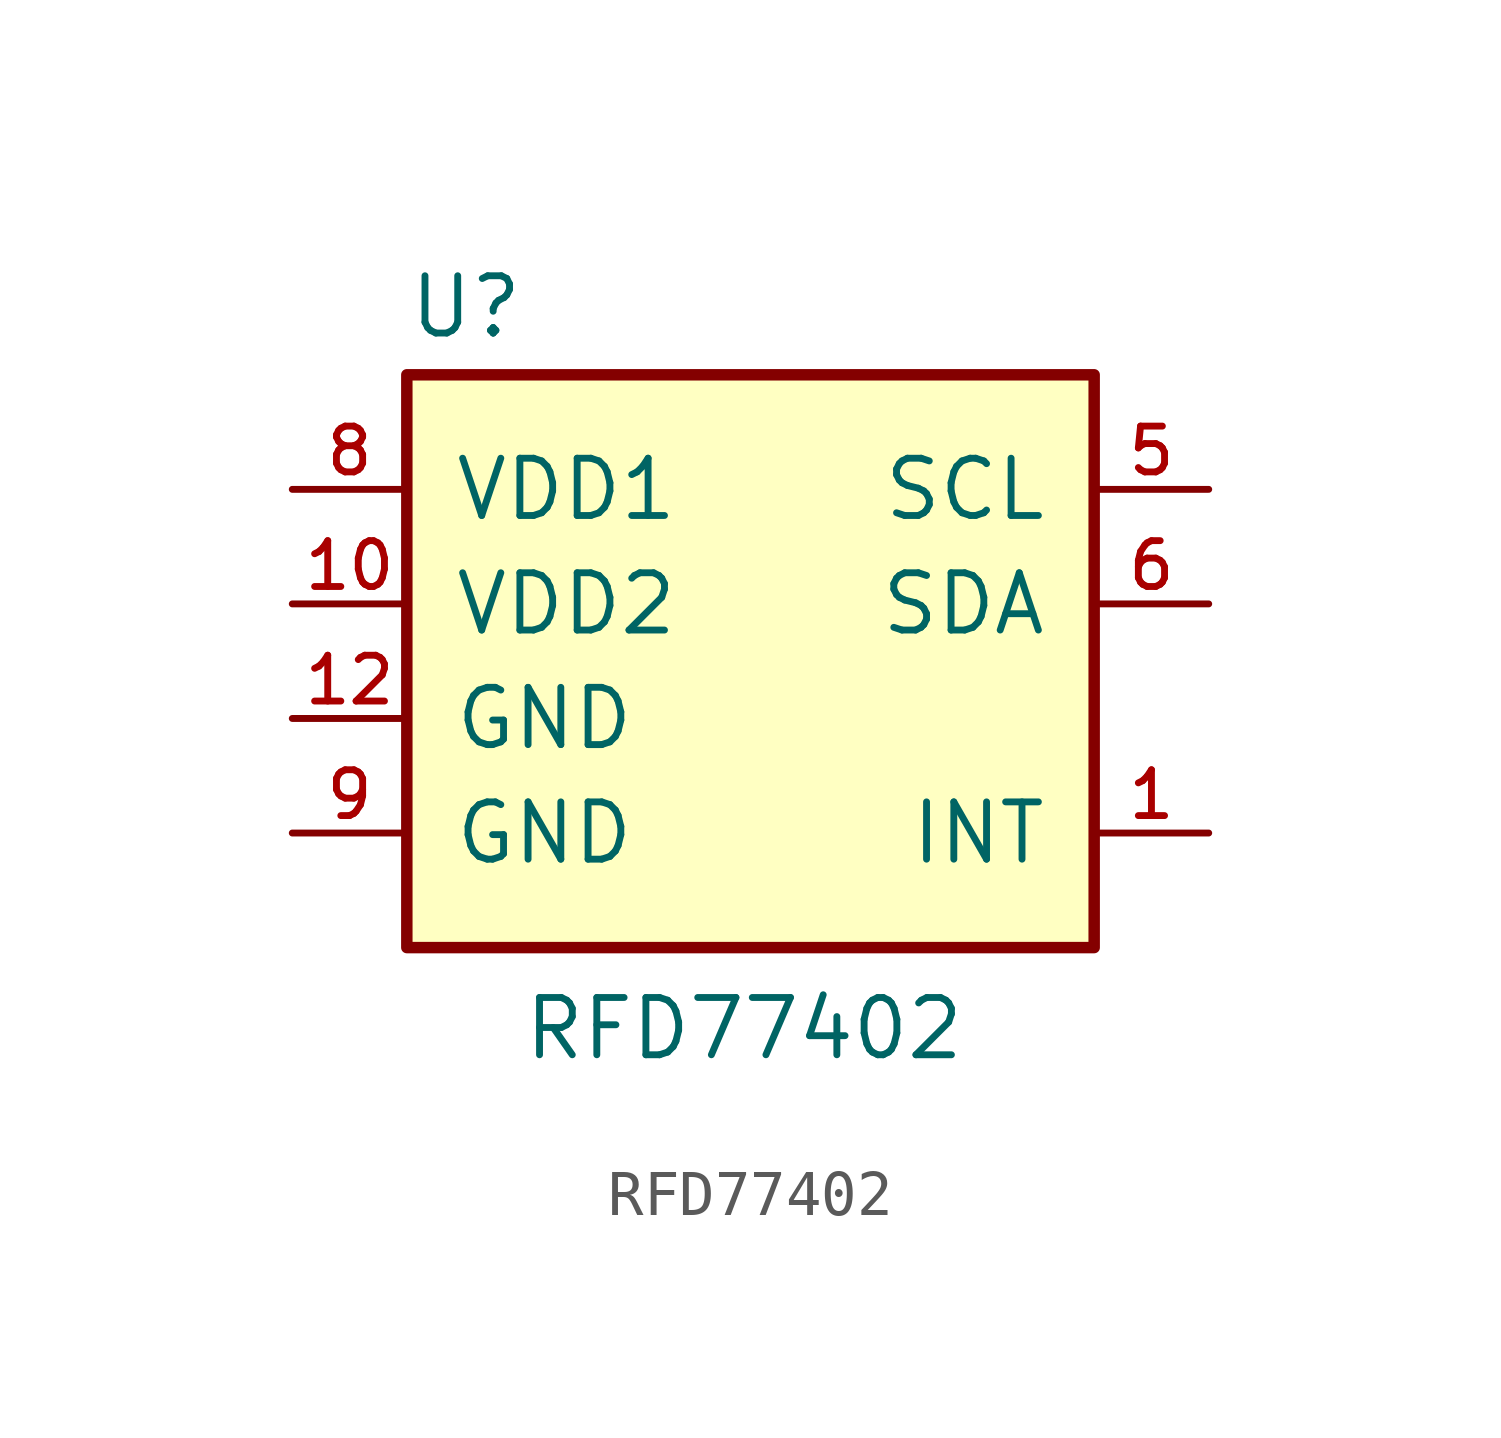
<source format=kicad_sym>
(kicad_symbol_lib
  (version 20220914)
  (generator kicad_symbol_editor)
  (symbol "RFD77402"
    (pin_names
      (offset 1.016))
    (property "Reference" "U"
      (at -7.62 7.112 0)
      (effects (font (size 1.27 1.27)) (justify left bottom)))
    (property "Value" "RFD77402"
      (at -5.08 -8.89 0)
      (effects (font (size 1.27 1.27)) (justify left bottom)))
    (property "ki_locked" ""
      (at 0 0 0)
      (effects (font (size 1.27 1.27))))
    (symbol "RFD77402_1_0"
      (rectangle (start -7.62 6.35) (end 7.62 -6.35) (stroke (width 0.254) (type solid)) (fill (type background))))
    (symbol "RFD77402_1_1"
      (pin bidirectional line (at 10.16 -3.81 180) (length 2.54) (name "INT" (effects (font (size 1.27 1.27)))) (number "1" (effects (font (size 1.016 1.016)))))
      (pin input line (at -10.16 1.27 0) (length 2.54) (name "VDD2" (effects (font (size 1.27 1.27)))) (number "10" (effects (font (size 1.016 1.016)))))
      (pin bidirectional line (at -10.16 -1.27 0) (length 2.54) (name "GND" (effects (font (size 1.27 1.27)))) (number "12" (effects (font (size 1.016 1.016)))))
      (pin bidirectional line (at 10.16 3.81 180) (length 2.54) (name "SCL" (effects (font (size 1.27 1.27)))) (number "5" (effects (font (size 1.016 1.016)))))
      (pin bidirectional line (at 10.16 1.27 180) (length 2.54) (name "SDA" (effects (font (size 1.27 1.27)))) (number "6" (effects (font (size 1.016 1.016)))))
      (pin bidirectional line (at -10.16 3.81 0) (length 2.54) (name "VDD1" (effects (font (size 1.27 1.27)))) (number "8" (effects (font (size 1.016 1.016)))))
      (pin bidirectional line (at -10.16 -3.81 0) (length 2.54) (name "GND" (effects (font (size 1.27 1.27)))) (number "9" (effects (font (size 1.016 1.016))))))))
</source>
